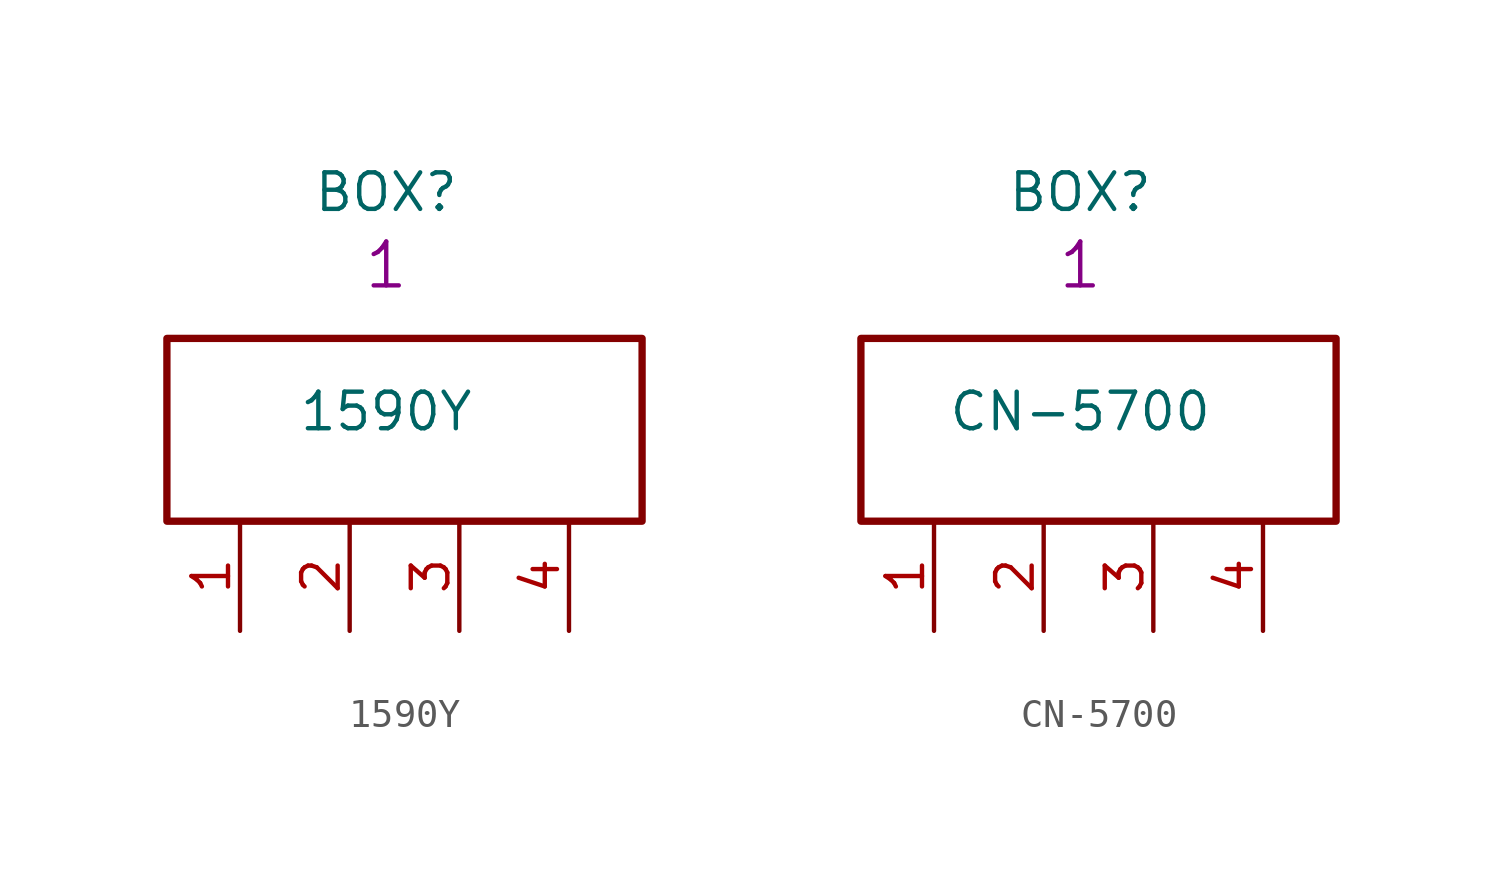
<source format=kicad_sym>
(kicad_symbol_lib
  (version 20201005)
  (generator kicad_symbol_editor)
  (symbol "S_Box:1590Y"
    (pin_names
      (offset 1.016) hide)
    (property "Reference" "BOX"
      (at 5.08 11.43 0)
      (effects (font (size 1.27 1.27))))
    (property "Value" "1590Y"
      (at 5.08 3.81 0)
      (effects (font (size 1.27 1.27))))
    (property "Qty" "1"
      (at 5.08 8.89 0)
      (effects (font (size 1.524 1.524))))
    (symbol "1590Y_1_1"
      (rectangle (start -2.54 6.35) (end 13.97 0) (stroke (width 0.254)) (fill (type none)))
      (pin passive line (at 0 -3.81 90) (length 3.81) (name "Pin_1" (effects (font (size 1.27 1.27)))) (number "1" (effects (font (size 1.27 1.27)))))
      (pin passive line (at 3.81 -3.81 90) (length 3.81) (name "Pin_2" (effects (font (size 1.27 1.27)))) (number "2" (effects (font (size 1.27 1.27)))))
      (pin passive line (at 7.62 -3.81 90) (length 3.81) (name "Pin_3" (effects (font (size 1.27 1.27)))) (number "3" (effects (font (size 1.27 1.27)))))
      (pin passive line (at 11.43 -3.81 90) (length 3.81) (name "Pin_4" (effects (font (size 1.27 1.27)))) (number "4" (effects (font (size 1.27 1.27)))))))
  (symbol "S_Box:CN-5700"
    (pin_names
      (offset 1.016) hide)
    (property "Reference" "BOX"
      (at 5.08 11.43 0)
      (effects (font (size 1.27 1.27))))
    (property "Value" "CN-5700"
      (at 5.08 3.81 0)
      (effects (font (size 1.27 1.27))))
    (property "Qty" "1"
      (at 5.08 8.89 0)
      (effects (font (size 1.524 1.524))))
    (symbol "CN-5700_1_1"
      (rectangle (start -2.54 6.35) (end 13.97 0) (stroke (width 0.254)) (fill (type none)))
      (pin passive line (at 0 -3.81 90) (length 3.81) (name "Pin_1" (effects (font (size 1.27 1.27)))) (number "1" (effects (font (size 1.27 1.27)))))
      (pin passive line (at 3.81 -3.81 90) (length 3.81) (name "Pin_2" (effects (font (size 1.27 1.27)))) (number "2" (effects (font (size 1.27 1.27)))))
      (pin passive line (at 7.62 -3.81 90) (length 3.81) (name "Pin_3" (effects (font (size 1.27 1.27)))) (number "3" (effects (font (size 1.27 1.27)))))
      (pin passive line (at 11.43 -3.81 90) (length 3.81) (name "Pin_4" (effects (font (size 1.27 1.27)))) (number "4" (effects (font (size 1.27 1.27))))))))
</source>
